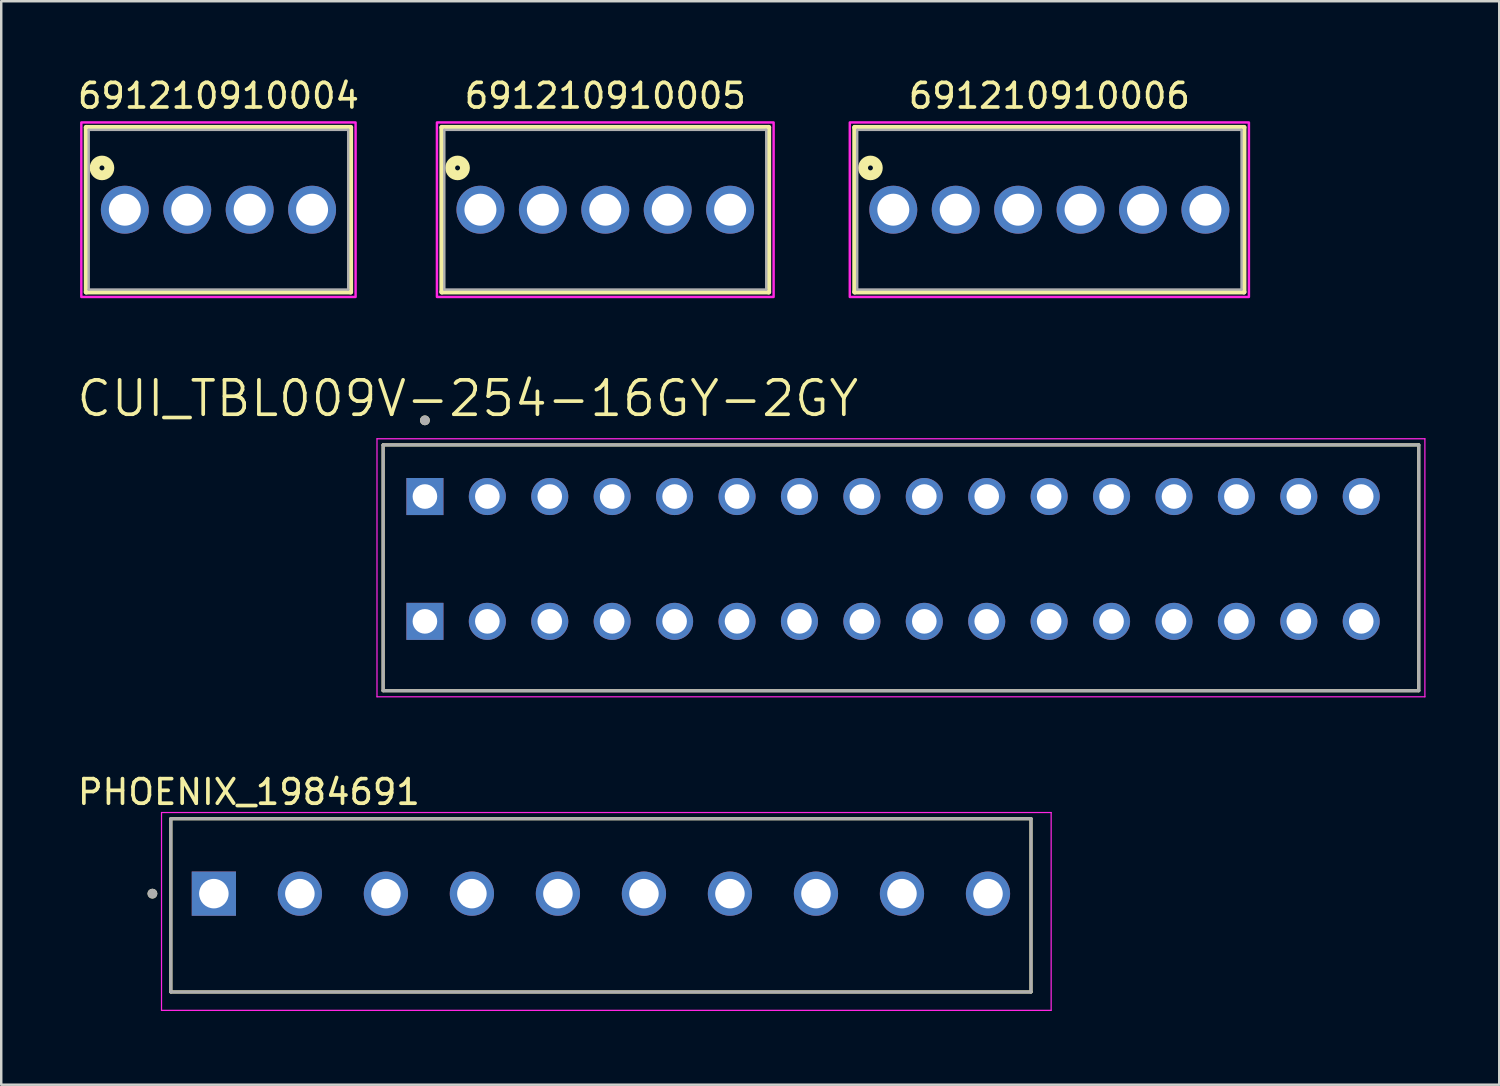
<source format=kicad_pcb>
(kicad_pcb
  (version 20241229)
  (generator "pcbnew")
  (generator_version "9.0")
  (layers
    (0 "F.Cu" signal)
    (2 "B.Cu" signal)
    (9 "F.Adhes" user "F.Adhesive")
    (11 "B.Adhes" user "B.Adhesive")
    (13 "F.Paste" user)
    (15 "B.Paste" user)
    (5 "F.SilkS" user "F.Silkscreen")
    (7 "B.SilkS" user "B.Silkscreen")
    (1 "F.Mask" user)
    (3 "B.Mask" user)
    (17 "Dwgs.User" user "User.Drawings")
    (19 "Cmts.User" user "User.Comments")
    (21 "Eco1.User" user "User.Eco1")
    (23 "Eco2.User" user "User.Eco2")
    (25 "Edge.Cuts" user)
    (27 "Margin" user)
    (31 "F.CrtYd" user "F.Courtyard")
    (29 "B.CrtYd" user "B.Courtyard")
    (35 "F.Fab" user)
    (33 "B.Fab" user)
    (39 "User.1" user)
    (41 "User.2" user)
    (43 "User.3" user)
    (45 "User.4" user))
  (footprint "691210910006"
    (layer "F.Cu")
    (at 39.649 5.483)
    (property "Reference" "691210910006" (at 0 -4.635 0) (layer "F.SilkS") (effects (font (size 1 1) (thickness 0.15))))
    (attr through_hole)
    (fp_line (start -7.92 -3.35) (end 7.92 -3.35) (stroke (width 0.2) (type solid)) (layer "F.SilkS"))
    (fp_line (start -7.92 3.35) (end -7.92 -3.35) (stroke (width 0.2) (type solid)) (layer "F.SilkS"))
    (fp_line (start 7.92 -3.35) (end 7.92 3.35) (stroke (width 0.2) (type solid)) (layer "F.SilkS"))
    (fp_line (start 7.92 3.35) (end -7.92 3.35) (stroke (width 0.2) (type solid)) (layer "F.SilkS"))
    (fp_circle (center -7.28 -1.7) (end -7.18 -1.7) (stroke (width 0.4) (type solid)) (fill no) (layer "F.SilkS"))
    (fp_poly (pts (xy -8.12 -3.55) (xy 8.12 -3.55) (xy 8.12 3.55) (xy -8.12 3.55)) (stroke (width 0.1) (type solid)) (fill no) (layer "F.CrtYd"))
    (fp_line (start -7.82 -3.25) (end -7.82 3.25) (stroke (width 0.1) (type solid)) (layer "F.Fab"))
    (fp_line (start -7.82 3.25) (end 7.82 3.25) (stroke (width 0.1) (type solid)) (layer "F.Fab"))
    (fp_line (start 7.82 -3.25) (end -7.82 -3.25) (stroke (width 0.1) (type solid)) (layer "F.Fab"))
    (fp_line (start 7.82 3.25) (end 7.82 -3.25) (stroke (width 0.1) (type solid)) (layer "F.Fab"))
    (pad "1" thru_hole circle (at -6.35 0) (size 1.95 1.95) (drill 1.3) (layers "*.Cu" "*.Mask"))
    (pad "2" thru_hole circle (at -3.81 0) (size 1.95 1.95) (drill 1.3) (layers "*.Cu" "*.Mask"))
    (pad "3" thru_hole circle (at -1.27 0) (size 1.95 1.95) (drill 1.3) (layers "*.Cu" "*.Mask"))
    (pad "4" thru_hole circle (at 1.27 0) (size 1.95 1.95) (drill 1.3) (layers "*.Cu" "*.Mask"))
    (pad "5" thru_hole circle (at 3.81 0) (size 1.95 1.95) (drill 1.3) (layers "*.Cu" "*.Mask"))
    (pad "6" thru_hole circle (at 6.35 0) (size 1.95 1.95) (drill 1.3) (layers "*.Cu" "*.Mask")))
  (footprint "691210910004"
    (layer "F.Cu")
    (at 5.839 5.483)
    (property "Reference" "691210910004" (at 0 -4.635 0) (layer "F.SilkS") (effects (font (size 1 1) (thickness 0.15))))
    (attr through_hole)
    (fp_line (start -5.38 -3.35) (end 5.38 -3.35) (stroke (width 0.2) (type solid)) (layer "F.SilkS"))
    (fp_line (start -5.38 3.35) (end -5.38 -3.35) (stroke (width 0.2) (type solid)) (layer "F.SilkS"))
    (fp_line (start 5.38 -3.35) (end 5.38 3.35) (stroke (width 0.2) (type solid)) (layer "F.SilkS"))
    (fp_line (start 5.38 3.35) (end -5.38 3.35) (stroke (width 0.2) (type solid)) (layer "F.SilkS"))
    (fp_circle (center -4.74 -1.7) (end -4.64 -1.7) (stroke (width 0.4) (type solid)) (fill no) (layer "F.SilkS"))
    (fp_poly (pts (xy -5.58 -3.55) (xy 5.58 -3.55) (xy 5.58 3.55) (xy -5.58 3.55)) (stroke (width 0.1) (type solid)) (fill no) (layer "F.CrtYd"))
    (fp_line (start -5.28 -3.25) (end -5.28 3.25) (stroke (width 0.1) (type solid)) (layer "F.Fab"))
    (fp_line (start -5.28 3.25) (end 5.28 3.25) (stroke (width 0.1) (type solid)) (layer "F.Fab"))
    (fp_line (start 5.28 -3.25) (end -5.28 -3.25) (stroke (width 0.1) (type solid)) (layer "F.Fab"))
    (fp_line (start 5.28 3.25) (end 5.28 -3.25) (stroke (width 0.1) (type solid)) (layer "F.Fab"))
    (pad "1" thru_hole circle (at -3.81 0) (size 1.95 1.95) (drill 1.3) (layers "*.Cu" "*.Mask"))
    (pad "2" thru_hole circle (at -1.27 0) (size 1.95 1.95) (drill 1.3) (layers "*.Cu" "*.Mask"))
    (pad "3" thru_hole circle (at 1.27 0) (size 1.95 1.95) (drill 1.3) (layers "*.Cu" "*.Mask"))
    (pad "4" thru_hole circle (at 3.81 0) (size 1.95 1.95) (drill 1.3) (layers "*.Cu" "*.Mask")))
  (footprint "CUI_TBL009V-254-16GY-2GY"
    (layer "F.Cu")
    (at 14.24 17.154)
    (property "Reference" "CUI_TBL009V-254-16GY-2GY" (at 1.745 -3.989 0) (layer "F.SilkS") (effects (font (size 1.4 1.4) (thickness 0.15))))
    (attr through_hole)
    (fp_line (start -1.7 -2.1) (end 40.44 -2.1) (stroke (width 0.127) (type solid)) (layer "F.SilkS"))
    (fp_line (start -1.7 7.9) (end -1.7 -2.1) (stroke (width 0.127) (type solid)) (layer "F.SilkS"))
    (fp_line (start 40.44 -2.1) (end 40.44 7.9) (stroke (width 0.127) (type solid)) (layer "F.SilkS"))
    (fp_line (start 40.44 7.9) (end -1.7 7.9) (stroke (width 0.127) (type solid)) (layer "F.SilkS"))
    (fp_circle (center 0 -3.1) (end 0.1 -3.1) (stroke (width 0.2) (type solid)) (fill no) (layer "F.SilkS"))
    (fp_line (start -1.95 -2.35) (end 40.69 -2.35) (stroke (width 0.05) (type solid)) (layer "F.CrtYd"))
    (fp_line (start -1.95 8.15) (end -1.95 -2.35) (stroke (width 0.05) (type solid)) (layer "F.CrtYd"))
    (fp_line (start 40.69 -2.35) (end 40.69 8.15) (stroke (width 0.05) (type solid)) (layer "F.CrtYd"))
    (fp_line (start 40.69 8.15) (end -1.95 8.15) (stroke (width 0.05) (type solid)) (layer "F.CrtYd"))
    (fp_line (start -1.7 -2.1) (end 40.44 -2.1) (stroke (width 0.127) (type solid)) (layer "F.Fab"))
    (fp_line (start -1.7 7.9) (end -1.7 -2.1) (stroke (width 0.127) (type solid)) (layer "F.Fab"))
    (fp_line (start 40.44 -2.1) (end 40.44 7.9) (stroke (width 0.127) (type solid)) (layer "F.Fab"))
    (fp_line (start 40.44 7.9) (end -1.7 7.9) (stroke (width 0.127) (type solid)) (layer "F.Fab"))
    (fp_circle (center 0 -3.1) (end 0.1 -3.1) (stroke (width 0.2) (type solid)) (fill no) (layer "F.Fab"))
    (pad "1_A" thru_hole rect (at 0 0) (size 1.508 1.508) (drill 1) (layers "*.Cu" "*.Mask"))
    (pad "1_B" thru_hole rect (at 0 5.08) (size 1.508 1.508) (drill 1) (layers "*.Cu" "*.Mask"))
    (pad "2_A" thru_hole circle (at 2.54 0) (size 1.508 1.508) (drill 1) (layers "*.Cu" "*.Mask"))
    (pad "2_B" thru_hole circle (at 2.54 5.08) (size 1.508 1.508) (drill 1) (layers "*.Cu" "*.Mask"))
    (pad "3_A" thru_hole circle (at 5.08 0) (size 1.508 1.508) (drill 1) (layers "*.Cu" "*.Mask"))
    (pad "3_B" thru_hole circle (at 5.08 5.08) (size 1.508 1.508) (drill 1) (layers "*.Cu" "*.Mask"))
    (pad "4_A" thru_hole circle (at 7.62 0) (size 1.508 1.508) (drill 1) (layers "*.Cu" "*.Mask"))
    (pad "4_B" thru_hole circle (at 7.62 5.08) (size 1.508 1.508) (drill 1) (layers "*.Cu" "*.Mask"))
    (pad "5_A" thru_hole circle (at 10.16 0) (size 1.508 1.508) (drill 1) (layers "*.Cu" "*.Mask"))
    (pad "5_B" thru_hole circle (at 10.16 5.08) (size 1.508 1.508) (drill 1) (layers "*.Cu" "*.Mask"))
    (pad "6_A" thru_hole circle (at 12.7 0) (size 1.508 1.508) (drill 1) (layers "*.Cu" "*.Mask"))
    (pad "6_B" thru_hole circle (at 12.7 5.08) (size 1.508 1.508) (drill 1) (layers "*.Cu" "*.Mask"))
    (pad "7_A" thru_hole circle (at 15.24 0) (size 1.508 1.508) (drill 1) (layers "*.Cu" "*.Mask"))
    (pad "7_B" thru_hole circle (at 15.24 5.08) (size 1.508 1.508) (drill 1) (layers "*.Cu" "*.Mask"))
    (pad "8_A" thru_hole circle (at 17.78 0) (size 1.508 1.508) (drill 1) (layers "*.Cu" "*.Mask"))
    (pad "8_B" thru_hole circle (at 17.78 5.08) (size 1.508 1.508) (drill 1) (layers "*.Cu" "*.Mask"))
    (pad "9_A" thru_hole circle (at 20.32 0) (size 1.508 1.508) (drill 1) (layers "*.Cu" "*.Mask"))
    (pad "9_B" thru_hole circle (at 20.32 5.08) (size 1.508 1.508) (drill 1) (layers "*.Cu" "*.Mask"))
    (pad "10_A" thru_hole circle (at 22.86 0) (size 1.508 1.508) (drill 1) (layers "*.Cu" "*.Mask"))
    (pad "10_B" thru_hole circle (at 22.86 5.08) (size 1.508 1.508) (drill 1) (layers "*.Cu" "*.Mask"))
    (pad "11_A" thru_hole circle (at 25.4 0) (size 1.508 1.508) (drill 1) (layers "*.Cu" "*.Mask"))
    (pad "11_B" thru_hole circle (at 25.4 5.08) (size 1.508 1.508) (drill 1) (layers "*.Cu" "*.Mask"))
    (pad "12_A" thru_hole circle (at 27.94 0) (size 1.508 1.508) (drill 1) (layers "*.Cu" "*.Mask"))
    (pad "12_B" thru_hole circle (at 27.94 5.08) (size 1.508 1.508) (drill 1) (layers "*.Cu" "*.Mask"))
    (pad "13_A" thru_hole circle (at 30.48 0) (size 1.508 1.508) (drill 1) (layers "*.Cu" "*.Mask"))
    (pad "13_B" thru_hole circle (at 30.48 5.08) (size 1.508 1.508) (drill 1) (layers "*.Cu" "*.Mask"))
    (pad "14_A" thru_hole circle (at 33.02 0) (size 1.508 1.508) (drill 1) (layers "*.Cu" "*.Mask"))
    (pad "14_B" thru_hole circle (at 33.02 5.08) (size 1.508 1.508) (drill 1) (layers "*.Cu" "*.Mask"))
    (pad "15_A" thru_hole circle (at 35.56 0) (size 1.508 1.508) (drill 1) (layers "*.Cu" "*.Mask"))
    (pad "15_B" thru_hole circle (at 35.56 5.08) (size 1.508 1.508) (drill 1) (layers "*.Cu" "*.Mask"))
    (pad "16_A" thru_hole circle (at 38.1 0) (size 1.508 1.508) (drill 1) (layers "*.Cu" "*.Mask"))
    (pad "16_B" thru_hole circle (at 38.1 5.08) (size 1.508 1.508) (drill 1) (layers "*.Cu" "*.Mask")))
  (footprint "691210910005"
    (layer "F.Cu")
    (at 21.579 5.483)
    (property "Reference" "691210910005" (at 0 -4.635 0) (layer "F.SilkS") (effects (font (size 1 1) (thickness 0.15))))
    (attr through_hole)
    (fp_line (start -6.65 -3.35) (end 6.65 -3.35) (stroke (width 0.2) (type solid)) (layer "F.SilkS"))
    (fp_line (start -6.65 3.35) (end -6.65 -3.35) (stroke (width 0.2) (type solid)) (layer "F.SilkS"))
    (fp_line (start 6.65 -3.35) (end 6.65 3.35) (stroke (width 0.2) (type solid)) (layer "F.SilkS"))
    (fp_line (start 6.65 3.35) (end -6.65 3.35) (stroke (width 0.2) (type solid)) (layer "F.SilkS"))
    (fp_circle (center -6.01 -1.7) (end -5.91 -1.7) (stroke (width 0.4) (type solid)) (fill no) (layer "F.SilkS"))
    (fp_poly (pts (xy -6.85 -3.55) (xy 6.85 -3.55) (xy 6.85 3.55) (xy -6.85 3.55)) (stroke (width 0.1) (type solid)) (fill no) (layer "F.CrtYd"))
    (fp_line (start -6.55 -3.25) (end -6.55 3.25) (stroke (width 0.1) (type solid)) (layer "F.Fab"))
    (fp_line (start -6.55 3.25) (end 6.55 3.25) (stroke (width 0.1) (type solid)) (layer "F.Fab"))
    (fp_line (start 6.55 -3.25) (end -6.55 -3.25) (stroke (width 0.1) (type solid)) (layer "F.Fab"))
    (fp_line (start 6.55 3.25) (end 6.55 -3.25) (stroke (width 0.1) (type solid)) (layer "F.Fab"))
    (pad "1" thru_hole circle (at -5.08 0) (size 1.95 1.95) (drill 1.3) (layers "*.Cu" "*.Mask"))
    (pad "2" thru_hole circle (at -2.54 0) (size 1.95 1.95) (drill 1.3) (layers "*.Cu" "*.Mask"))
    (pad "3" thru_hole circle (at 0 0) (size 1.95 1.95) (drill 1.3) (layers "*.Cu" "*.Mask"))
    (pad "4" thru_hole circle (at 2.54 0) (size 1.95 1.95) (drill 1.3) (layers "*.Cu" "*.Mask"))
    (pad "5" thru_hole circle (at 5.08 0) (size 1.95 1.95) (drill 1.3) (layers "*.Cu" "*.Mask")))
  (footprint "PHOENIX_1984691"
    (layer "F.Cu")
    (at 3.902 37.313)
    (property "Reference" "PHOENIX_1984691" (at 3.175 -8.135 0) (layer "F.SilkS") (effects (font (size 1 1) (thickness 0.15))))
    (attr through_hole)
    (fp_line (start 0 -7.05) (end 0 0) (stroke (width 0.127) (type solid)) (layer "F.SilkS"))
    (fp_line (start 0 -7.05) (end 35 -7.05) (stroke (width 0.127) (type solid)) (layer "F.SilkS"))
    (fp_line (start 0 0) (end 35 0) (stroke (width 0.127) (type solid)) (layer "F.SilkS"))
    (fp_line (start 35 -7.05) (end 35 0) (stroke (width 0.127) (type solid)) (layer "F.SilkS"))
    (fp_circle (center -0.75 -4) (end -0.65 -4) (stroke (width 0.2) (type solid)) (fill no) (layer "F.SilkS"))
    (fp_line (start -0.38 -7.3) (end -0.38 0.75) (stroke (width 0.05) (type solid)) (layer "F.CrtYd"))
    (fp_line (start -0.38 0.75) (end 35.82 0.75) (stroke (width 0.05) (type solid)) (layer "F.CrtYd"))
    (fp_line (start 35.82 -7.3) (end -0.38 -7.3) (stroke (width 0.05) (type solid)) (layer "F.CrtYd"))
    (fp_line (start 35.82 0.75) (end 35.82 -7.3) (stroke (width 0.05) (type solid)) (layer "F.CrtYd"))
    (fp_line (start 0 -7.05) (end 0 0) (stroke (width 0.127) (type solid)) (layer "F.Fab"))
    (fp_line (start 0 -7.05) (end 35 -7.05) (stroke (width 0.127) (type solid)) (layer "F.Fab"))
    (fp_line (start 0 0) (end 35 0) (stroke (width 0.127) (type solid)) (layer "F.Fab"))
    (fp_line (start 35 -7.05) (end 35 0) (stroke (width 0.127) (type solid)) (layer "F.Fab"))
    (fp_circle (center -0.75 -4) (end -0.65 -4) (stroke (width 0.2) (type solid)) (fill no) (layer "F.Fab"))
    (pad "1" thru_hole rect (at 1.75 -4) (size 1.8 1.8) (drill 1.2) (layers "*.Cu" "*.Mask"))
    (pad "2" thru_hole circle (at 5.25 -4) (size 1.8 1.8) (drill 1.2) (layers "*.Cu" "*.Mask"))
    (pad "3" thru_hole circle (at 8.75 -4) (size 1.8 1.8) (drill 1.2) (layers "*.Cu" "*.Mask"))
    (pad "4" thru_hole circle (at 12.25 -4) (size 1.8 1.8) (drill 1.2) (layers "*.Cu" "*.Mask"))
    (pad "5" thru_hole circle (at 15.75 -4) (size 1.8 1.8) (drill 1.2) (layers "*.Cu" "*.Mask"))
    (pad "6" thru_hole circle (at 19.25 -4) (size 1.8 1.8) (drill 1.2) (layers "*.Cu" "*.Mask"))
    (pad "7" thru_hole circle (at 22.75 -4) (size 1.8 1.8) (drill 1.2) (layers "*.Cu" "*.Mask"))
    (pad "8" thru_hole circle (at 26.25 -4) (size 1.8 1.8) (drill 1.2) (layers "*.Cu" "*.Mask"))
    (pad "9" thru_hole circle (at 29.75 -4) (size 1.8 1.8) (drill 1.2) (layers "*.Cu" "*.Mask"))
    (pad "10" thru_hole circle (at 33.25 -4) (size 1.8 1.8) (drill 1.2) (layers "*.Cu" "*.Mask")))
  (gr_rect
    (start -3 -3)
    (end 57.955 41.088)
    (stroke (width 0.1) (type default))
    (fill no)
    (layer "Edge.Cuts")))
</source>
